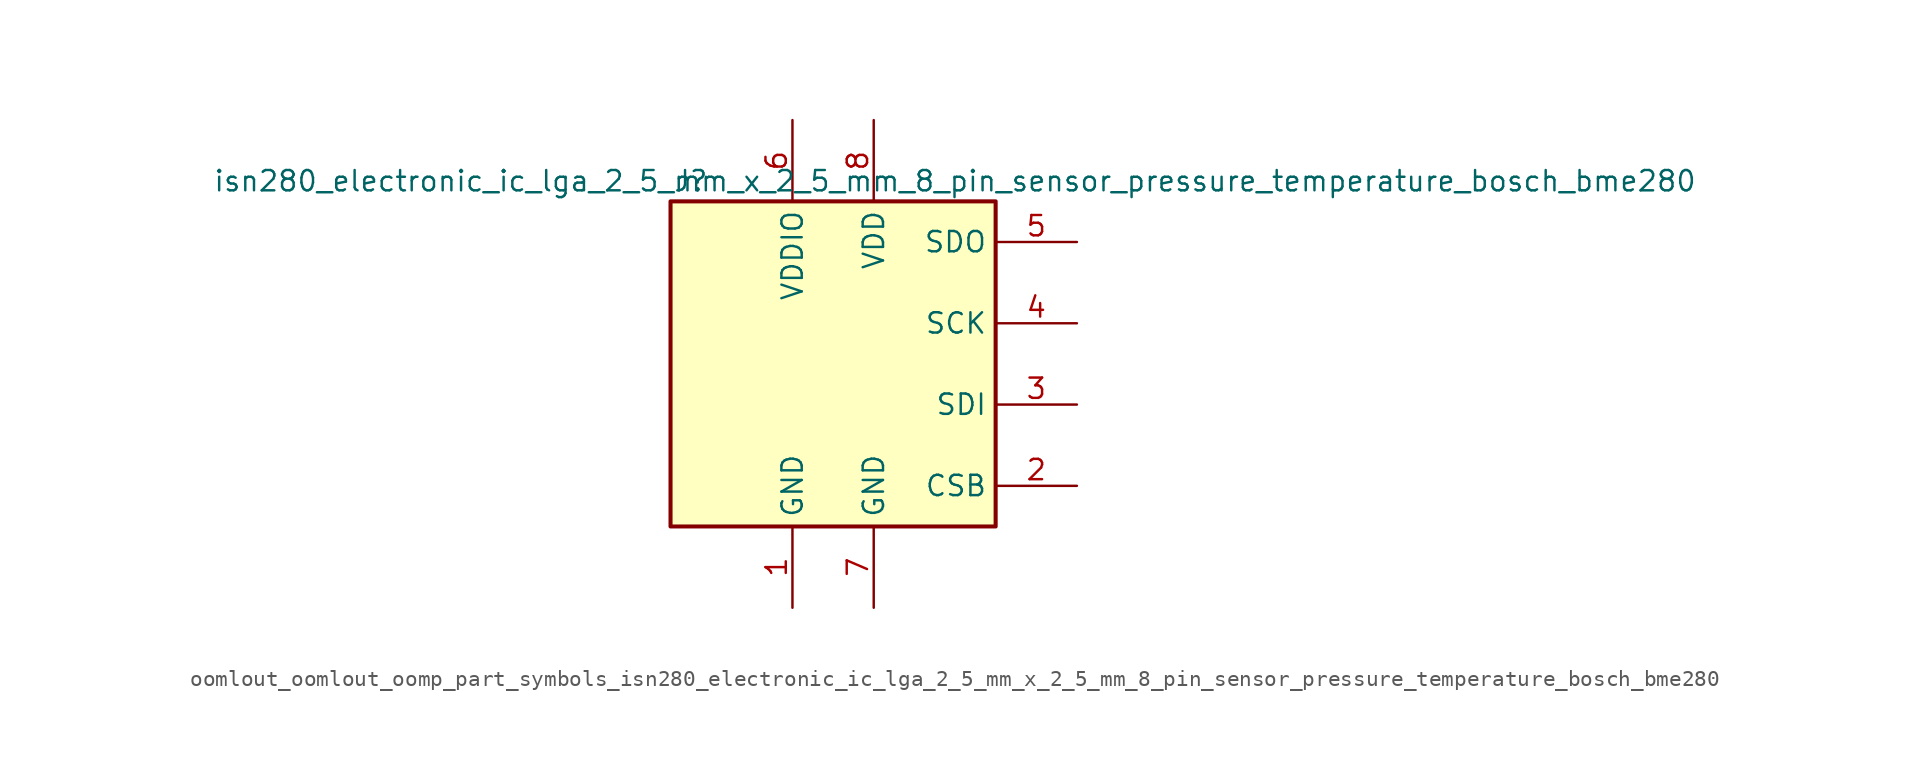
<source format=kicad_sym>
(kicad_symbol_lib
  (version 20220914)
  (generator kicad_symbol_editor)
  (symbol "oomlout_oomlout_oomp_part_symbols_isn280_electronic_ic_lga_2_5_mm_x_2_5_mm_8_pin_sensor_pressure_temperature_bosch_bme280"
    (property "Reference" "J"
      (at -8.89 11.43 0)
      (effects (font (size 1.27 1.27))))
    (property "Value" "isn280_electronic_ic_lga_2_5_mm_x_2_5_mm_8_pin_sensor_pressure_temperature_bosch_bme280"
      (at 7.62 11.43 0)
      (effects (font (size 1.27 1.27))))
    (symbol "oomlout_oomlout_oomp_part_symbols_isn280_electronic_ic_lga_2_5_mm_x_2_5_mm_8_pin_sensor_pressure_temperature_bosch_bme280_0_1"
      (rectangle (start -10.16 10.16) (end 10.16 -10.16) (stroke (width 0.254) (type default)) (fill (type background))))
    (symbol "oomlout_oomlout_oomp_part_symbols_isn280_electronic_ic_lga_2_5_mm_x_2_5_mm_8_pin_sensor_pressure_temperature_bosch_bme280_1_1"
      (pin power_in line (at -2.54 -15.24 90) (length 5.08) (name "GND" (effects (font (size 1.27 1.27)))) (number "1" (effects (font (size 1.27 1.27)))))
      (pin input line (at 15.24 -7.62 180) (length 5.08) (name "CSB" (effects (font (size 1.27 1.27)))) (number "2" (effects (font (size 1.27 1.27)))))
      (pin bidirectional line (at 15.24 -2.54 180) (length 5.08) (name "SDI" (effects (font (size 1.27 1.27)))) (number "3" (effects (font (size 1.27 1.27)))))
      (pin input line (at 15.24 2.54 180) (length 5.08) (name "SCK" (effects (font (size 1.27 1.27)))) (number "4" (effects (font (size 1.27 1.27)))))
      (pin bidirectional line (at 15.24 7.62 180) (length 5.08) (name "SDO" (effects (font (size 1.27 1.27)))) (number "5" (effects (font (size 1.27 1.27)))))
      (pin power_in line (at -2.54 15.24 270) (length 5.08) (name "VDDIO" (effects (font (size 1.27 1.27)))) (number "6" (effects (font (size 1.27 1.27)))))
      (pin power_in line (at 2.54 -15.24 90) (length 5.08) (name "GND" (effects (font (size 1.27 1.27)))) (number "7" (effects (font (size 1.27 1.27)))))
      (pin power_in line (at 2.54 15.24 270) (length 5.08) (name "VDD" (effects (font (size 1.27 1.27)))) (number "8" (effects (font (size 1.27 1.27))))))))
</source>
